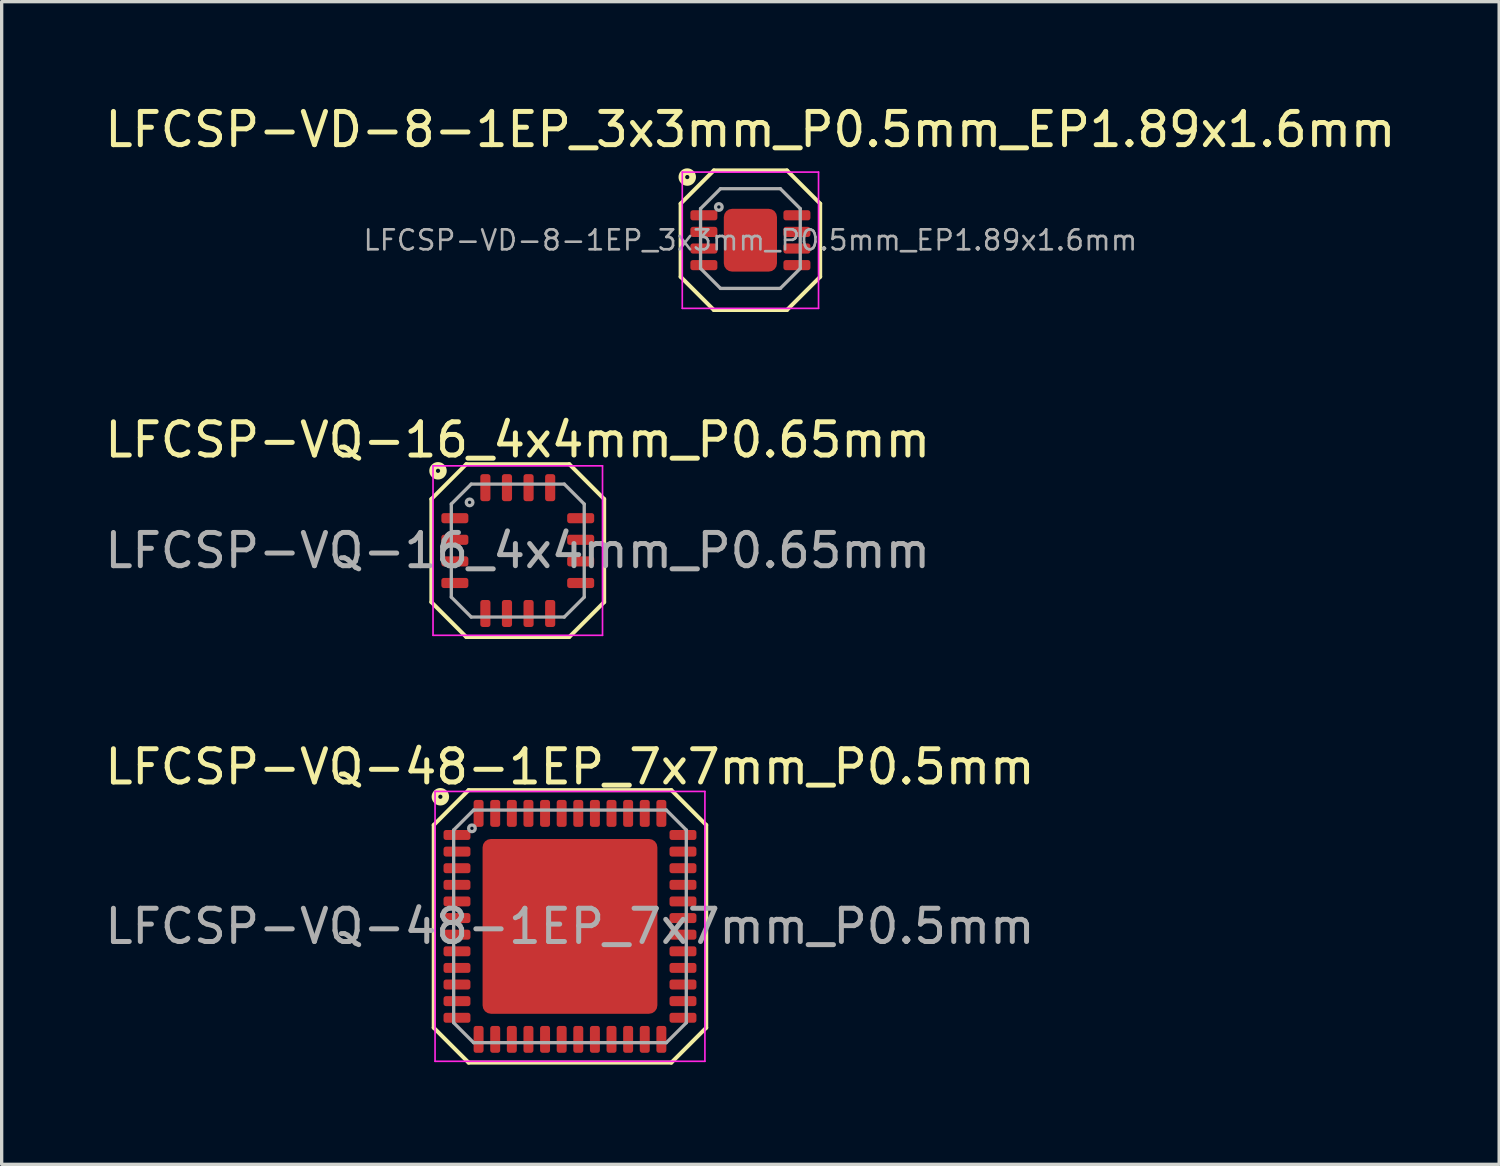
<source format=kicad_pcb>
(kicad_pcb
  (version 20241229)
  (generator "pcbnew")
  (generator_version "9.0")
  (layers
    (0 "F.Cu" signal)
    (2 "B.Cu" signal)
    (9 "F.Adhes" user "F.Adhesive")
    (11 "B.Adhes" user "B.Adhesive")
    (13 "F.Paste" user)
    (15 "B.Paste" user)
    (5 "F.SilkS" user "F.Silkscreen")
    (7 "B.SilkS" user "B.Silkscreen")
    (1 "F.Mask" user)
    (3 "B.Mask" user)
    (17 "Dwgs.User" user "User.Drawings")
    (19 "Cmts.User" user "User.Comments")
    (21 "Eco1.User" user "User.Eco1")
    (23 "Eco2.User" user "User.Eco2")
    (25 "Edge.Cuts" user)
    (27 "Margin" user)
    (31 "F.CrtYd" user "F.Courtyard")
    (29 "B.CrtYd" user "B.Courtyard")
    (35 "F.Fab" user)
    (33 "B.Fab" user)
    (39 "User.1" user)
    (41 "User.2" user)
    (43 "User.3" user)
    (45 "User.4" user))
  (footprint "LFCSP-VD-8-1EP_3x3mm_P0.5mm_EP1.89x1.6mm"
    (layer "F.Cu")
    (at 19.53 4.178)
    (property "Reference" "LFCSP-VD-8-1EP_3x3mm_P0.5mm_EP1.89x1.6mm" (at 0 -3.33 0) (layer "F.SilkS") (effects (font (size 1 1) (thickness 0.15))))
    (attr smd)
    (fp_line (start -2.1 -1.1) (end -2.1 1.1) (stroke (width 0.12) (type solid)) (layer "F.SilkS"))
    (fp_line (start -2.1 -1.1) (end -1.1 -2.1) (stroke (width 0.12) (type solid)) (layer "F.SilkS"))
    (fp_line (start -1.1 -2.1) (end 1.1 -2.1) (stroke (width 0.12) (type solid)) (layer "F.SilkS"))
    (fp_line (start -1.1 2.1) (end -2.1 1.1) (stroke (width 0.12) (type solid)) (layer "F.SilkS"))
    (fp_line (start -1.1 2.1) (end 1.1 2.1) (stroke (width 0.12) (type solid)) (layer "F.SilkS"))
    (fp_line (start 1.1 -2.1) (end 2.1 -1.1) (stroke (width 0.12) (type solid)) (layer "F.SilkS"))
    (fp_line (start 1.1 2.1) (end 2.1 1.1) (stroke (width 0.12) (type solid)) (layer "F.SilkS"))
    (fp_line (start 2.1 -1.1) (end 2.1 1.1) (stroke (width 0.12) (type solid)) (layer "F.SilkS"))
    (fp_circle (center -1.9 -1.9) (end -1.837 -1.9) (stroke (width 0.2) (type solid)) (fill no) (layer "F.SilkS"))
    (fp_line (start -2.05 -2.05) (end -2.05 2.05) (stroke (width 0.05) (type solid)) (layer "F.CrtYd"))
    (fp_line (start -2.05 -2.05) (end 2.05 -2.05) (stroke (width 0.05) (type solid)) (layer "F.CrtYd"))
    (fp_line (start -2.05 2.05) (end 2.05 2.05) (stroke (width 0.05) (type solid)) (layer "F.CrtYd"))
    (fp_line (start 2.05 -2.05) (end 2.05 2.05) (stroke (width 0.05) (type solid)) (layer "F.CrtYd"))
    (fp_line (start -1.5 -0.95) (end -0.9 -1.55) (stroke (width 0.1) (type solid)) (layer "F.Fab"))
    (fp_line (start -1.5 0.85) (end -1.5 -0.95) (stroke (width 0.1) (type solid)) (layer "F.Fab"))
    (fp_line (start -1.5 0.85) (end -0.9 1.45) (stroke (width 0.1) (type solid)) (layer "F.Fab"))
    (fp_line (start -0.9 -1.55) (end 0.9 -1.55) (stroke (width 0.1) (type solid)) (layer "F.Fab"))
    (fp_line (start 0.9 -1.55) (end 1.5 -0.95) (stroke (width 0.1) (type solid)) (layer "F.Fab"))
    (fp_line (start 0.9 1.45) (end -0.9 1.45) (stroke (width 0.1) (type solid)) (layer "F.Fab"))
    (fp_line (start 0.9 1.45) (end 1.5 0.85) (stroke (width 0.1) (type solid)) (layer "F.Fab"))
    (fp_line (start 1.5 -0.95) (end 1.5 0.85) (stroke (width 0.1) (type solid)) (layer "F.Fab"))
    (fp_circle (center -0.95 -1) (end -0.85 -1) (stroke (width 0.1) (type solid)) (fill no) (layer "F.Fab"))
    (fp_text user "${REFERENCE}" (at 0 0 0) (layer "F.Fab") (effects (font (size 0.6 0.6) (thickness 0.08))))
    (pad "" smd roundrect (at -0.4 -0.45) (size 0.6 0.7) (layers "F.Paste") (roundrect_rratio 0.25))
    (pad "" smd roundrect (at -0.4 0.45) (size 0.6 0.7) (layers "F.Paste") (roundrect_rratio 0.25))
    (pad "" smd roundrect (at 0.4 -0.45) (size 0.6 0.7) (layers "F.Paste") (roundrect_rratio 0.25))
    (pad "" smd roundrect (at 0.4 0.45) (size 0.6 0.7) (layers "F.Paste") (roundrect_rratio 0.25))
    (pad "1" smd roundrect (at -1.4 -0.75) (size 0.813 0.305) (layers "F.Cu" "F.Mask" "F.Paste") (roundrect_rratio 0.25))
    (pad "2" smd roundrect (at -1.4 -0.25) (size 0.813 0.305) (layers "F.Cu" "F.Mask" "F.Paste") (roundrect_rratio 0.25))
    (pad "3" smd roundrect (at -1.4 0.25) (size 0.813 0.305) (layers "F.Cu" "F.Mask" "F.Paste") (roundrect_rratio 0.25))
    (pad "4" smd roundrect (at -1.4 0.75) (size 0.813 0.305) (layers "F.Cu" "F.Mask" "F.Paste") (roundrect_rratio 0.25))
    (pad "5" smd roundrect (at 1.4 0.75) (size 0.813 0.305) (layers "F.Cu" "F.Mask" "F.Paste") (roundrect_rratio 0.25))
    (pad "6" smd roundrect (at 1.4 0.25) (size 0.813 0.305) (layers "F.Cu" "F.Mask" "F.Paste") (roundrect_rratio 0.25))
    (pad "7" smd roundrect (at 1.4 -0.25) (size 0.813 0.305) (layers "F.Cu" "F.Mask" "F.Paste") (roundrect_rratio 0.25))
    (pad "8" smd roundrect (at 1.4 -0.75) (size 0.813 0.305) (layers "F.Cu" "F.Mask" "F.Paste") (roundrect_rratio 0.25))
    (pad "9" smd roundrect (at 0 0) (size 1.6 1.89) (layers "F.Cu" "F.Mask") (roundrect_rratio 0.156)))
  (footprint "LFCSP-VQ-16_4x4mm_P0.65mm"
    (layer "F.Cu")
    (at 12.53 13.517)
    (property "Reference" "LFCSP-VQ-16_4x4mm_P0.65mm" (at 0 -3.33 0) (layer "F.SilkS") (effects (font (size 1 1) (thickness 0.15))))
    (attr smd)
    (fp_line (start -2.6 1.55) (end -2.6 -1.55) (stroke (width 0.12) (type solid)) (layer "F.SilkS"))
    (fp_line (start -1.55 -2.6) (end -2.6 -1.55) (stroke (width 0.12) (type solid)) (layer "F.SilkS"))
    (fp_line (start -1.55 -2.6) (end 1.55 -2.6) (stroke (width 0.12) (type solid)) (layer "F.SilkS"))
    (fp_line (start -1.55 2.6) (end -2.6 1.55) (stroke (width 0.12) (type solid)) (layer "F.SilkS"))
    (fp_line (start -1.55 2.6) (end 1.55 2.6) (stroke (width 0.12) (type solid)) (layer "F.SilkS"))
    (fp_line (start 1.55 -2.6) (end 2.6 -1.55) (stroke (width 0.12) (type solid)) (layer "F.SilkS"))
    (fp_line (start 1.55 2.6) (end 2.6 1.55) (stroke (width 0.12) (type solid)) (layer "F.SilkS"))
    (fp_line (start 2.6 -1.55) (end 2.6 1.55) (stroke (width 0.12) (type solid)) (layer "F.SilkS"))
    (fp_circle (center -2.4 -2.4) (end -2.337 -2.4) (stroke (width 0.2) (type solid)) (fill no) (layer "F.SilkS"))
    (fp_line (start -2.55 -2.55) (end -2.55 2.55) (stroke (width 0.05) (type solid)) (layer "F.CrtYd"))
    (fp_line (start -2.55 -2.55) (end 2.55 -2.55) (stroke (width 0.05) (type solid)) (layer "F.CrtYd"))
    (fp_line (start -2.55 2.55) (end 2.55 2.55) (stroke (width 0.05) (type solid)) (layer "F.CrtYd"))
    (fp_line (start 2.55 -2.55) (end 2.55 2.55) (stroke (width 0.05) (type solid)) (layer "F.CrtYd"))
    (fp_line (start -2 -1.4) (end -1.4 -2) (stroke (width 0.1) (type solid)) (layer "F.Fab"))
    (fp_line (start -2 1.4) (end -2 -1.4) (stroke (width 0.1) (type solid)) (layer "F.Fab"))
    (fp_line (start -2 1.4) (end -1.4 2) (stroke (width 0.1) (type solid)) (layer "F.Fab"))
    (fp_line (start -1.4 -2) (end 1.4 -2) (stroke (width 0.1) (type solid)) (layer "F.Fab"))
    (fp_line (start 1.4 -2) (end 2 -1.4) (stroke (width 0.1) (type solid)) (layer "F.Fab"))
    (fp_line (start 1.4 2) (end -1.4 2) (stroke (width 0.1) (type solid)) (layer "F.Fab"))
    (fp_line (start 1.4 2) (end 2 1.4) (stroke (width 0.1) (type solid)) (layer "F.Fab"))
    (fp_line (start 2 -1.4) (end 2 1.4) (stroke (width 0.1) (type solid)) (layer "F.Fab"))
    (fp_circle (center -1.45 -1.45) (end -1.35 -1.45) (stroke (width 0.1) (type solid)) (fill no) (layer "F.Fab"))
    (fp_text user "${REFERENCE}" (at 0 0 0) (layer "F.Fab") (effects (font (size 1 1) (thickness 0.15))))
    (pad "1" smd roundrect (at -1.893 -0.975) (size 0.813 0.305) (layers "F.Cu" "F.Mask" "F.Paste") (roundrect_rratio 0.25))
    (pad "2" smd roundrect (at -1.893 -0.325) (size 0.813 0.305) (layers "F.Cu" "F.Mask" "F.Paste") (roundrect_rratio 0.25))
    (pad "3" smd roundrect (at -1.893 0.325) (size 0.813 0.305) (layers "F.Cu" "F.Mask" "F.Paste") (roundrect_rratio 0.25))
    (pad "4" smd roundrect (at -1.893 0.975) (size 0.813 0.305) (layers "F.Cu" "F.Mask" "F.Paste") (roundrect_rratio 0.25))
    (pad "5" smd roundrect (at -0.975 1.893 90) (size 0.813 0.305) (layers "F.Cu" "F.Mask" "F.Paste") (roundrect_rratio 0.25))
    (pad "6" smd roundrect (at -0.325 1.893 90) (size 0.813 0.305) (layers "F.Cu" "F.Mask" "F.Paste") (roundrect_rratio 0.25))
    (pad "7" smd roundrect (at 0.325 1.893 90) (size 0.813 0.305) (layers "F.Cu" "F.Mask" "F.Paste") (roundrect_rratio 0.25))
    (pad "8" smd roundrect (at 0.975 1.893 90) (size 0.813 0.305) (layers "F.Cu" "F.Mask" "F.Paste") (roundrect_rratio 0.25))
    (pad "9" smd roundrect (at 1.893 0.975) (size 0.813 0.305) (layers "F.Cu" "F.Mask" "F.Paste") (roundrect_rratio 0.25))
    (pad "10" smd roundrect (at 1.893 0.325) (size 0.813 0.305) (layers "F.Cu" "F.Mask" "F.Paste") (roundrect_rratio 0.25))
    (pad "11" smd roundrect (at 1.893 -0.325) (size 0.813 0.305) (layers "F.Cu" "F.Mask" "F.Paste") (roundrect_rratio 0.25))
    (pad "12" smd roundrect (at 1.893 -0.975) (size 0.813 0.305) (layers "F.Cu" "F.Mask" "F.Paste") (roundrect_rratio 0.25))
    (pad "13" smd roundrect (at 0.975 -1.893 90) (size 0.813 0.305) (layers "F.Cu" "F.Mask" "F.Paste") (roundrect_rratio 0.25))
    (pad "14" smd roundrect (at 0.325 -1.893 90) (size 0.813 0.305) (layers "F.Cu" "F.Mask" "F.Paste") (roundrect_rratio 0.25))
    (pad "15" smd roundrect (at -0.325 -1.893 90) (size 0.813 0.305) (layers "F.Cu" "F.Mask" "F.Paste") (roundrect_rratio 0.25))
    (pad "16" smd roundrect (at -0.975 -1.893 90) (size 0.813 0.305) (layers "F.Cu" "F.Mask" "F.Paste") (roundrect_rratio 0.25)))
  (footprint "LFCSP-VQ-48-1EP_7x7mm_P0.5mm"
    (layer "F.Cu")
    (at 14.101 24.825)
    (property "Reference" "LFCSP-VQ-48-1EP_7x7mm_P0.5mm" (at 0 -4.8 0) (layer "F.SilkS") (effects (font (size 1 1) (thickness 0.15))))
    (attr smd)
    (fp_line (start -4.1 -3.05) (end -4.1 3.05) (stroke (width 0.12) (type solid)) (layer "F.SilkS"))
    (fp_line (start -4.1 -3.05) (end -3.05 -4.1) (stroke (width 0.12) (type solid)) (layer "F.SilkS"))
    (fp_line (start -4.1 3.05) (end -3.05 4.1) (stroke (width 0.12) (type solid)) (layer "F.SilkS"))
    (fp_line (start -3.05 -4.1) (end 3.05 -4.1) (stroke (width 0.12) (type solid)) (layer "F.SilkS"))
    (fp_line (start 3.05 4.1) (end -3.05 4.1) (stroke (width 0.12) (type solid)) (layer "F.SilkS"))
    (fp_line (start 4.1 -3.05) (end 3.05 -4.1) (stroke (width 0.12) (type solid)) (layer "F.SilkS"))
    (fp_line (start 4.1 3.05) (end 3.05 4.1) (stroke (width 0.12) (type solid)) (layer "F.SilkS"))
    (fp_line (start 4.1 3.05) (end 4.1 -3.05) (stroke (width 0.12) (type solid)) (layer "F.SilkS"))
    (fp_circle (center -3.9 -3.9) (end -3.837 -3.9) (stroke (width 0.2) (type solid)) (fill no) (layer "F.SilkS"))
    (fp_line (start -4.06 -4.06) (end 4.06 -4.06) (stroke (width 0.05) (type solid)) (layer "F.CrtYd"))
    (fp_line (start -4.06 4.06) (end -4.06 -4.06) (stroke (width 0.05) (type solid)) (layer "F.CrtYd"))
    (fp_line (start 4.06 -4.06) (end 4.06 4.06) (stroke (width 0.05) (type solid)) (layer "F.CrtYd"))
    (fp_line (start 4.06 4.06) (end -4.06 4.06) (stroke (width 0.05) (type solid)) (layer "F.CrtYd"))
    (fp_line (start -3.5 -2.9) (end -2.9 -3.5) (stroke (width 0.1) (type solid)) (layer "F.Fab"))
    (fp_line (start -3.5 2.9) (end -3.5 -2.9) (stroke (width 0.1) (type solid)) (layer "F.Fab"))
    (fp_line (start -2.9 -3.5) (end 2.9 -3.5) (stroke (width 0.1) (type solid)) (layer "F.Fab"))
    (fp_line (start -2.9 3.5) (end -3.5 2.9) (stroke (width 0.1) (type solid)) (layer "F.Fab"))
    (fp_line (start 2.9 -3.5) (end 3.5 -2.9) (stroke (width 0.1) (type solid)) (layer "F.Fab"))
    (fp_line (start 2.9 3.5) (end -2.9 3.5) (stroke (width 0.1) (type solid)) (layer "F.Fab"))
    (fp_line (start 2.9 3.5) (end 3.5 2.9) (stroke (width 0.1) (type solid)) (layer "F.Fab"))
    (fp_line (start 3.5 -2.9) (end 3.5 2.9) (stroke (width 0.1) (type solid)) (layer "F.Fab"))
    (fp_circle (center -2.95 -2.95) (end -2.85 -2.95) (stroke (width 0.1) (type solid)) (fill no) (layer "F.Fab"))
    (fp_text user "${REFERENCE}" (at 0 0 0) (layer "F.Fab") (effects (font (size 1 1) (thickness 0.15))))
    (pad "" smd roundrect (at -1.75 -1.75) (size 1.45 1.45) (layers "F.Paste") (roundrect_rratio 0.167))
    (pad "" smd roundrect (at -1.75 0) (size 1.45 1.45) (layers "F.Paste") (roundrect_rratio 0.167))
    (pad "" smd roundrect (at -1.75 1.75) (size 1.45 1.45) (layers "F.Paste") (roundrect_rratio 0.167))
    (pad "" smd roundrect (at 0 -1.75) (size 1.45 1.45) (layers "F.Paste") (roundrect_rratio 0.167))
    (pad "" smd roundrect (at 0 0) (size 1.45 1.45) (layers "F.Paste") (roundrect_rratio 0.167))
    (pad "" smd roundrect (at 0 1.75) (size 1.45 1.45) (layers "F.Paste") (roundrect_rratio 0.167))
    (pad "" smd roundrect (at 1.75 -1.75) (size 1.45 1.45) (layers "F.Paste") (roundrect_rratio 0.167))
    (pad "" smd roundrect (at 1.75 0) (size 1.45 1.45) (layers "F.Paste") (roundrect_rratio 0.167))
    (pad "" smd roundrect (at 1.75 1.75) (size 1.45 1.45) (layers "F.Paste") (roundrect_rratio 0.167))
    (pad "1" smd roundrect (at -3.4 -2.75) (size 0.81 0.3) (layers "F.Cu" "F.Mask" "F.Paste") (roundrect_rratio 0.25))
    (pad "2" smd roundrect (at -3.4 -2.25) (size 0.81 0.3) (layers "F.Cu" "F.Mask" "F.Paste") (roundrect_rratio 0.25))
    (pad "3" smd roundrect (at -3.4 -1.75) (size 0.81 0.3) (layers "F.Cu" "F.Mask" "F.Paste") (roundrect_rratio 0.25))
    (pad "4" smd roundrect (at -3.4 -1.25) (size 0.81 0.3) (layers "F.Cu" "F.Mask" "F.Paste") (roundrect_rratio 0.25))
    (pad "5" smd roundrect (at -3.4 -0.75) (size 0.81 0.3) (layers "F.Cu" "F.Mask" "F.Paste") (roundrect_rratio 0.25))
    (pad "6" smd roundrect (at -3.4 -0.25) (size 0.81 0.3) (layers "F.Cu" "F.Mask" "F.Paste") (roundrect_rratio 0.25))
    (pad "7" smd roundrect (at -3.4 0.25) (size 0.81 0.3) (layers "F.Cu" "F.Mask" "F.Paste") (roundrect_rratio 0.25))
    (pad "8" smd roundrect (at -3.4 0.75) (size 0.81 0.3) (layers "F.Cu" "F.Mask" "F.Paste") (roundrect_rratio 0.25))
    (pad "9" smd roundrect (at -3.4 1.25) (size 0.81 0.3) (layers "F.Cu" "F.Mask" "F.Paste") (roundrect_rratio 0.25))
    (pad "10" smd roundrect (at -3.4 1.75) (size 0.81 0.3) (layers "F.Cu" "F.Mask" "F.Paste") (roundrect_rratio 0.25))
    (pad "11" smd roundrect (at -3.4 2.25) (size 0.81 0.3) (layers "F.Cu" "F.Mask" "F.Paste") (roundrect_rratio 0.25))
    (pad "12" smd roundrect (at -3.4 2.75) (size 0.81 0.3) (layers "F.Cu" "F.Mask" "F.Paste") (roundrect_rratio 0.25))
    (pad "13" smd roundrect (at -2.75 3.4) (size 0.3 0.81) (layers "F.Cu" "F.Mask" "F.Paste") (roundrect_rratio 0.25))
    (pad "14" smd roundrect (at -2.25 3.4) (size 0.3 0.81) (layers "F.Cu" "F.Mask" "F.Paste") (roundrect_rratio 0.25))
    (pad "15" smd roundrect (at -1.75 3.4) (size 0.3 0.81) (layers "F.Cu" "F.Mask" "F.Paste") (roundrect_rratio 0.25))
    (pad "16" smd roundrect (at -1.25 3.4) (size 0.3 0.81) (layers "F.Cu" "F.Mask" "F.Paste") (roundrect_rratio 0.25))
    (pad "17" smd roundrect (at -0.75 3.4) (size 0.3 0.81) (layers "F.Cu" "F.Mask" "F.Paste") (roundrect_rratio 0.25))
    (pad "18" smd roundrect (at -0.25 3.4) (size 0.3 0.81) (layers "F.Cu" "F.Mask" "F.Paste") (roundrect_rratio 0.25))
    (pad "19" smd roundrect (at 0.25 3.4) (size 0.3 0.81) (layers "F.Cu" "F.Mask" "F.Paste") (roundrect_rratio 0.25))
    (pad "20" smd roundrect (at 0.75 3.4) (size 0.3 0.81) (layers "F.Cu" "F.Mask" "F.Paste") (roundrect_rratio 0.25))
    (pad "21" smd roundrect (at 1.25 3.4) (size 0.3 0.81) (layers "F.Cu" "F.Mask" "F.Paste") (roundrect_rratio 0.25))
    (pad "22" smd roundrect (at 1.75 3.4) (size 0.3 0.81) (layers "F.Cu" "F.Mask" "F.Paste") (roundrect_rratio 0.25))
    (pad "23" smd roundrect (at 2.25 3.4) (size 0.3 0.81) (layers "F.Cu" "F.Mask" "F.Paste") (roundrect_rratio 0.25))
    (pad "24" smd roundrect (at 2.75 3.4) (size 0.3 0.81) (layers "F.Cu" "F.Mask" "F.Paste") (roundrect_rratio 0.25))
    (pad "25" smd roundrect (at 3.4 2.75) (size 0.81 0.3) (layers "F.Cu" "F.Mask" "F.Paste") (roundrect_rratio 0.25))
    (pad "26" smd roundrect (at 3.4 2.25) (size 0.81 0.3) (layers "F.Cu" "F.Mask" "F.Paste") (roundrect_rratio 0.25))
    (pad "27" smd roundrect (at 3.4 1.75) (size 0.81 0.3) (layers "F.Cu" "F.Mask" "F.Paste") (roundrect_rratio 0.25))
    (pad "28" smd roundrect (at 3.4 1.25) (size 0.81 0.3) (layers "F.Cu" "F.Mask" "F.Paste") (roundrect_rratio 0.25))
    (pad "29" smd roundrect (at 3.4 0.75) (size 0.81 0.3) (layers "F.Cu" "F.Mask" "F.Paste") (roundrect_rratio 0.25))
    (pad "30" smd roundrect (at 3.4 0.25) (size 0.81 0.3) (layers "F.Cu" "F.Mask" "F.Paste") (roundrect_rratio 0.25))
    (pad "31" smd roundrect (at 3.4 -0.25) (size 0.81 0.3) (layers "F.Cu" "F.Mask" "F.Paste") (roundrect_rratio 0.25))
    (pad "32" smd roundrect (at 3.4 -0.75) (size 0.81 0.3) (layers "F.Cu" "F.Mask" "F.Paste") (roundrect_rratio 0.25))
    (pad "33" smd roundrect (at 3.4 -1.25) (size 0.81 0.3) (layers "F.Cu" "F.Mask" "F.Paste") (roundrect_rratio 0.25))
    (pad "34" smd roundrect (at 3.4 -1.75) (size 0.81 0.3) (layers "F.Cu" "F.Mask" "F.Paste") (roundrect_rratio 0.25))
    (pad "35" smd roundrect (at 3.4 -2.25) (size 0.81 0.3) (layers "F.Cu" "F.Mask" "F.Paste") (roundrect_rratio 0.25))
    (pad "36" smd roundrect (at 3.4 -2.75) (size 0.81 0.3) (layers "F.Cu" "F.Mask" "F.Paste") (roundrect_rratio 0.25))
    (pad "37" smd roundrect (at 2.75 -3.4) (size 0.3 0.81) (layers "F.Cu" "F.Mask" "F.Paste") (roundrect_rratio 0.25))
    (pad "38" smd roundrect (at 2.25 -3.4) (size 0.3 0.81) (layers "F.Cu" "F.Mask" "F.Paste") (roundrect_rratio 0.25))
    (pad "39" smd roundrect (at 1.75 -3.4) (size 0.3 0.81) (layers "F.Cu" "F.Mask" "F.Paste") (roundrect_rratio 0.25))
    (pad "40" smd roundrect (at 1.25 -3.4) (size 0.3 0.81) (layers "F.Cu" "F.Mask" "F.Paste") (roundrect_rratio 0.25))
    (pad "41" smd roundrect (at 0.75 -3.4) (size 0.3 0.81) (layers "F.Cu" "F.Mask" "F.Paste") (roundrect_rratio 0.25))
    (pad "42" smd roundrect (at 0.25 -3.4) (size 0.3 0.81) (layers "F.Cu" "F.Mask" "F.Paste") (roundrect_rratio 0.25))
    (pad "43" smd roundrect (at -0.25 -3.4) (size 0.3 0.81) (layers "F.Cu" "F.Mask" "F.Paste") (roundrect_rratio 0.25))
    (pad "44" smd roundrect (at -0.75 -3.4) (size 0.3 0.81) (layers "F.Cu" "F.Mask" "F.Paste") (roundrect_rratio 0.25))
    (pad "45" smd roundrect (at -1.25 -3.4) (size 0.3 0.81) (layers "F.Cu" "F.Mask" "F.Paste") (roundrect_rratio 0.25))
    (pad "46" smd roundrect (at -1.75 -3.4) (size 0.3 0.81) (layers "F.Cu" "F.Mask" "F.Paste") (roundrect_rratio 0.25))
    (pad "47" smd roundrect (at -2.25 -3.4) (size 0.3 0.81) (layers "F.Cu" "F.Mask" "F.Paste") (roundrect_rratio 0.25))
    (pad "48" smd roundrect (at -2.75 -3.4) (size 0.3 0.81) (layers "F.Cu" "F.Mask" "F.Paste") (roundrect_rratio 0.25))
    (pad "49" smd roundrect (at 0 0) (size 5.26 5.26) (layers "F.Cu" "F.Mask") (roundrect_rratio 0.048)))
  (gr_rect
    (start -3 -3)
    (end 42.06 31.985)
    (stroke (width 0.1) (type default))
    (fill no)
    (layer "Edge.Cuts")))
</source>
